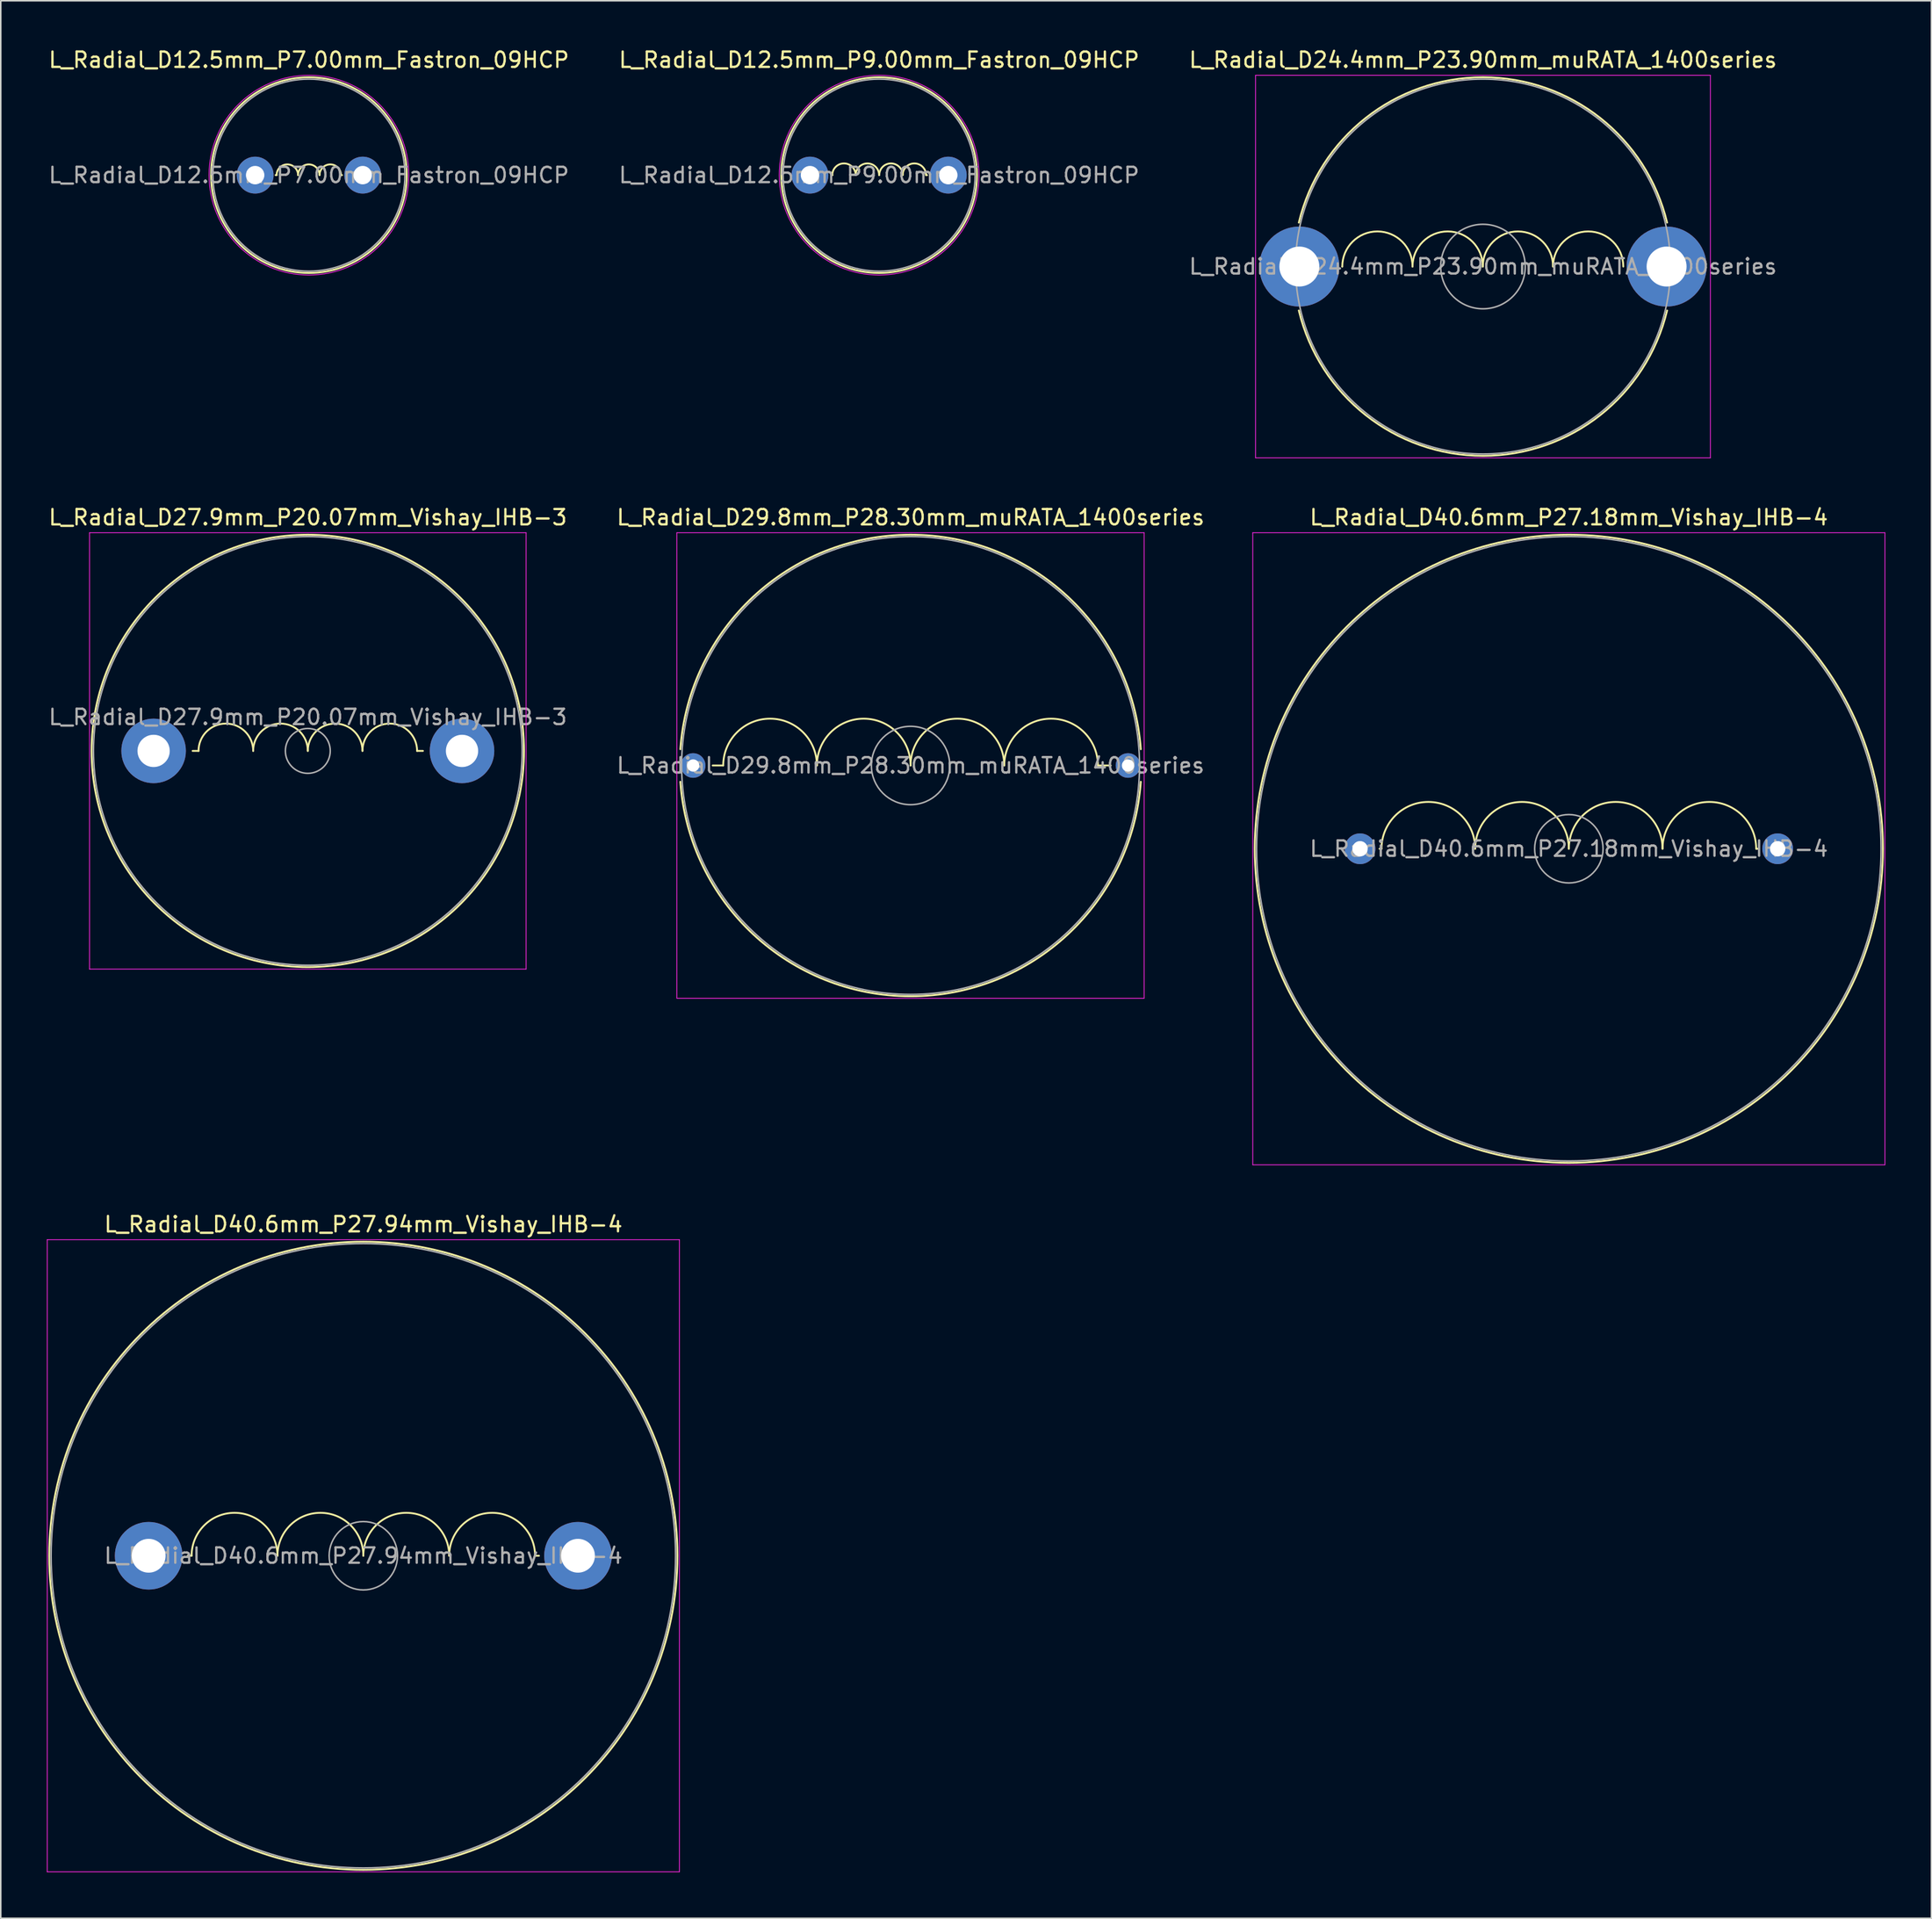
<source format=kicad_pcb>
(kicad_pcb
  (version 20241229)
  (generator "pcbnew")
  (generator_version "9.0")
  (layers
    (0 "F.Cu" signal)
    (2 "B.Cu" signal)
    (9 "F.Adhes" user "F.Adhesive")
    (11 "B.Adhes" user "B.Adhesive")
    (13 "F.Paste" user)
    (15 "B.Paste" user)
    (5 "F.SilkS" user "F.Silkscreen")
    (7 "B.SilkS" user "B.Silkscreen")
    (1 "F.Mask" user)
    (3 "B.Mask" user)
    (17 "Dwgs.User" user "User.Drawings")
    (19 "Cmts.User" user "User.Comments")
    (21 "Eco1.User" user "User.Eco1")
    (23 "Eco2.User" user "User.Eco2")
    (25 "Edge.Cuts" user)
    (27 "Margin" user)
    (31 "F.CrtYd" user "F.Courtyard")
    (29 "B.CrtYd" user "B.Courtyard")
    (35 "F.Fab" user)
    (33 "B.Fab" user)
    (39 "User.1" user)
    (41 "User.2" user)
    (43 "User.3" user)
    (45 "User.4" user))
  (footprint "L_Radial_D40.6mm_P27.18mm_Vishay_IHB-4"
    (layer "F.Cu")
    (at 85.457 52.191)
    (property "Reference" "L_Radial_D40.6mm_P27.18mm_Vishay_IHB-4" (at 13.59 -21.57 0) (layer "F.SilkS") (effects (font (size 1 1) (thickness 0.15))))
    (attr through_hole)
    (fp_line (start 1.398 0) (end 1.27 0) (stroke (width 0.12) (type solid)) (layer "F.SilkS"))
    (fp_line (start 25.782 0) (end 25.908 0) (stroke (width 0.12) (type solid)) (layer "F.SilkS"))
    (fp_arc (start 1.398 0) (mid 4.446 -3.048) (end 7.494 0) (stroke (width 0.12) (type solid)) (layer "F.SilkS"))
    (fp_arc (start 7.494 0) (mid 10.542 -3.048) (end 13.59 0) (stroke (width 0.12) (type solid)) (layer "F.SilkS"))
    (fp_arc (start 13.59 0) (mid 16.638 -3.048) (end 19.686 0) (stroke (width 0.12) (type solid)) (layer "F.SilkS"))
    (fp_arc (start 19.686 0) (mid 22.734 -3.048) (end 25.782 0) (stroke (width 0.12) (type solid)) (layer "F.SilkS"))
    (fp_circle (center 13.59 0) (end 34.03 0) (stroke (width 0.12) (type solid)) (fill no) (layer "F.SilkS"))
    (fp_line (start -6.98 -20.57) (end -6.98 20.57) (stroke (width 0.05) (type solid)) (layer "F.CrtYd"))
    (fp_line (start -6.98 20.57) (end 34.16 20.57) (stroke (width 0.05) (type solid)) (layer "F.CrtYd"))
    (fp_line (start 34.16 -20.57) (end -6.98 -20.57) (stroke (width 0.05) (type solid)) (layer "F.CrtYd"))
    (fp_line (start 34.16 20.57) (end 34.16 -20.57) (stroke (width 0.05) (type solid)) (layer "F.CrtYd"))
    (fp_circle (center 13.59 0) (end 15.815 0) (stroke (width 0.1) (type solid)) (fill no) (layer "F.Fab"))
    (fp_circle (center 13.59 0) (end 33.91 0) (stroke (width 0.1) (type solid)) (fill no) (layer "F.Fab"))
    (fp_text user "${REFERENCE}" (at 13.59 0 0) (layer "F.Fab") (effects (font (size 1 1) (thickness 0.15))))
    (pad "1" thru_hole circle (at 0 0) (size 2 2) (drill 1) (layers "*.Cu" "*.Mask"))
    (pad "2" thru_hole circle (at 27.18 0) (size 2 2) (drill 1) (layers "*.Cu" "*.Mask")))
  (footprint "L_Radial_D12.5mm_P9.00mm_Fastron_09HCP"
    (layer "F.Cu")
    (at 49.661 8.348)
    (property "Reference" "L_Radial_D12.5mm_P9.00mm_Fastron_09HCP" (at 4.5 -7.5 0) (layer "F.SilkS") (effects (font (size 1 1) (thickness 0.15))))
    (attr through_hole)
    (fp_line (start 1.46 0) (end 1.397 0) (stroke (width 0.12) (type solid)) (layer "F.SilkS"))
    (fp_line (start 7.556 0) (end 7.62 0) (stroke (width 0.12) (type solid)) (layer "F.SilkS"))
    (fp_arc (start 1.452 0) (mid 2.214 -0.762) (end 2.976 0) (stroke (width 0.12) (type solid)) (layer "F.SilkS"))
    (fp_arc (start 2.976 0) (mid 3.738 -0.762) (end 4.5 0) (stroke (width 0.12) (type solid)) (layer "F.SilkS"))
    (fp_arc (start 4.5085 0) (mid 5.2705 -0.762) (end 6.0325 0) (stroke (width 0.12) (type solid)) (layer "F.SilkS"))
    (fp_arc (start 6.0325 0) (mid 6.7945 -0.762) (end 7.5565 0) (stroke (width 0.12) (type solid)) (layer "F.SilkS"))
    (fp_circle (center 4.5 0) (end 10.87 0) (stroke (width 0.12) (type solid)) (fill no) (layer "F.SilkS"))
    (fp_circle (center 4.5 0) (end 11 0) (stroke (width 0.05) (type solid)) (fill no) (layer "F.CrtYd"))
    (fp_circle (center 4.5 0) (end 10.75 0) (stroke (width 0.1) (type solid)) (fill no) (layer "F.Fab"))
    (fp_text user "${REFERENCE}" (at 4.5 0 0) (layer "F.Fab") (effects (font (size 1 1) (thickness 0.15))))
    (pad "1" thru_hole circle (at 0 0) (size 2.4 2.4) (drill 1.2) (layers "*.Cu" "*.Mask"))
    (pad "2" thru_hole circle (at 9 0) (size 2.4 2.4) (drill 1.2) (layers "*.Cu" "*.Mask")))
  (footprint "L_Radial_D27.9mm_P20.07mm_Vishay_IHB-3"
    (layer "F.Cu")
    (at 6.947 45.822)
    (property "Reference" "L_Radial_D27.9mm_P20.07mm_Vishay_IHB-3" (at 10.035 -15.2 0) (layer "F.SilkS") (effects (font (size 1 1) (thickness 0.15))))
    (attr through_hole)
    (fp_line (start 2.923 0) (end 2.54 0) (stroke (width 0.12) (type solid)) (layer "F.SilkS"))
    (fp_line (start 17.147 0) (end 17.526 0) (stroke (width 0.12) (type solid)) (layer "F.SilkS"))
    (fp_arc (start 2.923 0) (mid 4.701 -1.778) (end 6.479 0) (stroke (width 0.12) (type solid)) (layer "F.SilkS"))
    (fp_arc (start 6.479 0) (mid 8.257 -1.778) (end 10.035 0) (stroke (width 0.12) (type solid)) (layer "F.SilkS"))
    (fp_arc (start 10.036 0) (mid 11.813 -1.777) (end 13.59 0) (stroke (width 0.12) (type solid)) (layer "F.SilkS"))
    (fp_arc (start 13.591 0) (mid 15.369 -1.778) (end 17.147 0) (stroke (width 0.12) (type solid)) (layer "F.SilkS"))
    (fp_circle (center 10.035 0) (end 24.105 0) (stroke (width 0.12) (type solid)) (fill no) (layer "F.SilkS"))
    (fp_line (start -4.17 -14.2) (end -4.17 14.2) (stroke (width 0.05) (type solid)) (layer "F.CrtYd"))
    (fp_line (start -4.17 14.2) (end 24.24 14.2) (stroke (width 0.05) (type solid)) (layer "F.CrtYd"))
    (fp_line (start 24.24 -14.2) (end -4.17 -14.2) (stroke (width 0.05) (type solid)) (layer "F.CrtYd"))
    (fp_line (start 24.24 14.2) (end 24.24 -14.2) (stroke (width 0.05) (type solid)) (layer "F.CrtYd"))
    (fp_circle (center 10.035 0) (end 11.495 0) (stroke (width 0.1) (type solid)) (fill no) (layer "F.Fab"))
    (fp_circle (center 10.035 0) (end 23.985 0) (stroke (width 0.1) (type solid)) (fill no) (layer "F.Fab"))
    (fp_text user "${REFERENCE}" (at 10.035 -2.2 0) (layer "F.Fab") (effects (font (size 1 1) (thickness 0.15))))
    (pad "1" thru_hole circle (at 0 0) (size 4.2 4.2) (drill 2.1) (layers "*.Cu" "*.Mask"))
    (pad "2" thru_hole circle (at 20.07 0) (size 4.2 4.2) (drill 2.1) (layers "*.Cu" "*.Mask")))
  (footprint "L_Radial_D12.5mm_P7.00mm_Fastron_09HCP"
    (layer "F.Cu")
    (at 13.554 8.348)
    (property "Reference" "L_Radial_D12.5mm_P7.00mm_Fastron_09HCP" (at 3.5 -7.5 0) (layer "F.SilkS") (effects (font (size 1 1) (thickness 0.15))))
    (attr through_hole)
    (fp_line (start 1.397 0) (end 1.333 0) (stroke (width 0.12) (type solid)) (layer "F.SilkS"))
    (fp_line (start 5.588 0) (end 5.652 0) (stroke (width 0.12) (type solid)) (layer "F.SilkS"))
    (fp_arc (start 1.397 0) (mid 2.0955 -0.6985) (end 2.794 0) (stroke (width 0.12) (type solid)) (layer "F.SilkS"))
    (fp_arc (start 2.794 0) (mid 3.4925 -0.6985) (end 4.191 0) (stroke (width 0.12) (type solid)) (layer "F.SilkS"))
    (fp_arc (start 4.191 0) (mid 4.8895 -0.6985) (end 5.588 0) (stroke (width 0.12) (type solid)) (layer "F.SilkS"))
    (fp_circle (center 3.5 0) (end 9.87 0) (stroke (width 0.12) (type solid)) (fill no) (layer "F.SilkS"))
    (fp_circle (center 3.5 0) (end 10 0) (stroke (width 0.05) (type solid)) (fill no) (layer "F.CrtYd"))
    (fp_circle (center 3.5 0) (end 9.75 0) (stroke (width 0.1) (type solid)) (fill no) (layer "F.Fab"))
    (fp_text user "${REFERENCE}" (at 3.5 0 0) (layer "F.Fab") (effects (font (size 1 1) (thickness 0.15))))
    (pad "1" thru_hole circle (at 0 0) (size 2.4 2.4) (drill 1.2) (layers "*.Cu" "*.Mask"))
    (pad "2" thru_hole circle (at 7 0) (size 2.4 2.4) (drill 1.2) (layers "*.Cu" "*.Mask")))
  (footprint "L_Radial_D40.6mm_P27.94mm_Vishay_IHB-4"
    (layer "F.Cu")
    (at 6.625 98.205)
    (property "Reference" "L_Radial_D40.6mm_P27.94mm_Vishay_IHB-4" (at 13.97 -21.57 0) (layer "F.SilkS") (effects (font (size 1 1) (thickness 0.15))))
    (attr through_hole)
    (fp_line (start 2.794 0) (end 2.54 0) (stroke (width 0.12) (type solid)) (layer "F.SilkS"))
    (fp_line (start 25.146 0) (end 25.4 0) (stroke (width 0.12) (type solid)) (layer "F.SilkS"))
    (fp_arc (start 2.794 0) (mid 5.588 -2.794) (end 8.382 0) (stroke (width 0.12) (type solid)) (layer "F.SilkS"))
    (fp_arc (start 8.382 0) (mid 11.176 -2.794) (end 13.97 0) (stroke (width 0.12) (type solid)) (layer "F.SilkS"))
    (fp_arc (start 13.97 0) (mid 16.764 -2.794) (end 19.558 0) (stroke (width 0.12) (type solid)) (layer "F.SilkS"))
    (fp_arc (start 19.558 0) (mid 22.352 -2.794) (end 25.146 0) (stroke (width 0.12) (type solid)) (layer "F.SilkS"))
    (fp_circle (center 13.97 0) (end 34.41 0) (stroke (width 0.12) (type solid)) (fill no) (layer "F.SilkS"))
    (fp_line (start -6.6 -20.57) (end -6.6 20.57) (stroke (width 0.05) (type solid)) (layer "F.CrtYd"))
    (fp_line (start -6.6 20.57) (end 34.54 20.57) (stroke (width 0.05) (type solid)) (layer "F.CrtYd"))
    (fp_line (start 34.54 -20.57) (end -6.6 -20.57) (stroke (width 0.05) (type solid)) (layer "F.CrtYd"))
    (fp_line (start 34.54 20.57) (end 34.54 -20.57) (stroke (width 0.05) (type solid)) (layer "F.CrtYd"))
    (fp_circle (center 13.97 0) (end 16.195 0) (stroke (width 0.1) (type solid)) (fill no) (layer "F.Fab"))
    (fp_circle (center 13.97 0) (end 34.29 0) (stroke (width 0.1) (type solid)) (fill no) (layer "F.Fab"))
    (fp_text user "${REFERENCE}" (at 13.97 0 0) (layer "F.Fab") (effects (font (size 1 1) (thickness 0.15))))
    (pad "1" thru_hole circle (at 0 0) (size 4.4 4.4) (drill 2.2) (layers "*.Cu" "*.Mask"))
    (pad "2" thru_hole circle (at 27.94 0) (size 4.4 4.4) (drill 2.2) (layers "*.Cu" "*.Mask")))
  (footprint "L_Radial_D24.4mm_P23.90mm_muRATA_1400series"
    (layer "F.Cu")
    (at 81.508 14.298)
    (property "Reference" "L_Radial_D24.4mm_P23.90mm_muRATA_1400series" (at 11.95 -13.45 0) (layer "F.SilkS") (effects (font (size 1 1) (thickness 0.15))))
    (attr through_hole)
    (fp_line (start 2.794 0) (end 2.794 0) (stroke (width 0.12) (type solid)) (layer "F.SilkS"))
    (fp_arc (start -0.033439 -2.86) (mid 11.95 -12.32) (end 23.933439 -2.86) (stroke (width 0.12) (type solid)) (layer "F.SilkS"))
    (fp_arc (start 2.794 0) (mid 5.08 -2.286) (end 7.366 0) (stroke (width 0.12) (type solid)) (layer "F.SilkS"))
    (fp_arc (start 7.366 0) (mid 9.652 -2.286) (end 11.938 0) (stroke (width 0.12) (type solid)) (layer "F.SilkS"))
    (fp_arc (start 11.938 0) (mid 14.224 -2.286) (end 16.51 0) (stroke (width 0.12) (type solid)) (layer "F.SilkS"))
    (fp_arc (start 16.51 0) (mid 18.796 -2.286) (end 21.082 0) (stroke (width 0.12) (type solid)) (layer "F.SilkS"))
    (fp_arc (start 23.933439 2.86) (mid 11.95 12.32) (end -0.033439 2.86) (stroke (width 0.12) (type solid)) (layer "F.SilkS"))
    (fp_line (start -2.85 -12.45) (end -2.85 12.45) (stroke (width 0.05) (type solid)) (layer "F.CrtYd"))
    (fp_line (start -2.85 12.45) (end 26.75 12.45) (stroke (width 0.05) (type solid)) (layer "F.CrtYd"))
    (fp_line (start 26.75 -12.45) (end -2.85 -12.45) (stroke (width 0.05) (type solid)) (layer "F.CrtYd"))
    (fp_line (start 26.75 12.45) (end 26.75 -12.45) (stroke (width 0.05) (type solid)) (layer "F.CrtYd"))
    (fp_circle (center 11.95 0) (end 14.7 0) (stroke (width 0.1) (type solid)) (fill no) (layer "F.Fab"))
    (fp_circle (center 11.95 0) (end 24.15 0) (stroke (width 0.1) (type solid)) (fill no) (layer "F.Fab"))
    (fp_text user "${REFERENCE}" (at 11.95 0 0) (layer "F.Fab") (effects (font (size 1 1) (thickness 0.15))))
    (pad "1" thru_hole circle (at 0 0) (size 5.2 5.2) (drill 2.6) (layers "*.Cu" "*.Mask"))
    (pad "2" thru_hole circle (at 23.9 0) (size 5.2 5.2) (drill 2.6) (layers "*.Cu" "*.Mask")))
  (footprint "L_Radial_D29.8mm_P28.30mm_muRATA_1400series"
    (layer "F.Cu")
    (at 42.058 46.772)
    (property "Reference" "L_Radial_D29.8mm_P28.30mm_muRATA_1400series" (at 14.15 -16.15 0) (layer "F.SilkS") (effects (font (size 1 1) (thickness 0.15))))
    (attr through_hole)
    (fp_line (start 1.958 0) (end 1.27 0) (stroke (width 0.12) (type solid)) (layer "F.SilkS"))
    (fp_line (start 26.342 0) (end 27.178 0) (stroke (width 0.12) (type solid)) (layer "F.SilkS"))
    (fp_arc (start -0.83255 -1.06) (mid 14.15 -15.02) (end 29.13255 -1.06) (stroke (width 0.12) (type solid)) (layer "F.SilkS"))
    (fp_arc (start 1.958 0) (mid 5.006 -3.048) (end 8.054 0) (stroke (width 0.12) (type solid)) (layer "F.SilkS"))
    (fp_arc (start 8.054 0) (mid 11.102 -3.048) (end 14.15 0) (stroke (width 0.12) (type solid)) (layer "F.SilkS"))
    (fp_arc (start 14.15 0) (mid 17.198 -3.048) (end 20.246 0) (stroke (width 0.12) (type solid)) (layer "F.SilkS"))
    (fp_arc (start 20.246 0) (mid 23.294 -3.048) (end 26.342 0) (stroke (width 0.12) (type solid)) (layer "F.SilkS"))
    (fp_arc (start 29.13255 1.06) (mid 14.15 15.02) (end -0.83255 1.06) (stroke (width 0.12) (type solid)) (layer "F.SilkS"))
    (fp_line (start -1.06 -15.15) (end -1.06 15.15) (stroke (width 0.05) (type solid)) (layer "F.CrtYd"))
    (fp_line (start -1.06 15.15) (end 29.35 15.15) (stroke (width 0.05) (type solid)) (layer "F.CrtYd"))
    (fp_line (start 29.35 -15.15) (end -1.06 -15.15) (stroke (width 0.05) (type solid)) (layer "F.CrtYd"))
    (fp_line (start 29.35 15.15) (end 29.35 -15.15) (stroke (width 0.05) (type solid)) (layer "F.CrtYd"))
    (fp_circle (center 14.15 0) (end 16.7 0) (stroke (width 0.1) (type solid)) (fill no) (layer "F.Fab"))
    (fp_circle (center 14.15 0) (end 29.05 0) (stroke (width 0.1) (type solid)) (fill no) (layer "F.Fab"))
    (fp_text user "${REFERENCE}" (at 14.15 0 0) (layer "F.Fab") (effects (font (size 1 1) (thickness 0.15))))
    (pad "1" thru_hole circle (at 0 0) (size 1.6 1.6) (drill 0.8) (layers "*.Cu" "*.Mask"))
    (pad "2" thru_hole circle (at 28.3 0) (size 1.6 1.6) (drill 0.8) (layers "*.Cu" "*.Mask")))
  (gr_rect
    (start -3 -3)
    (end 122.642 121.8)
    (stroke (width 0.1) (type default))
    (fill no)
    (layer "Edge.Cuts")))
</source>
